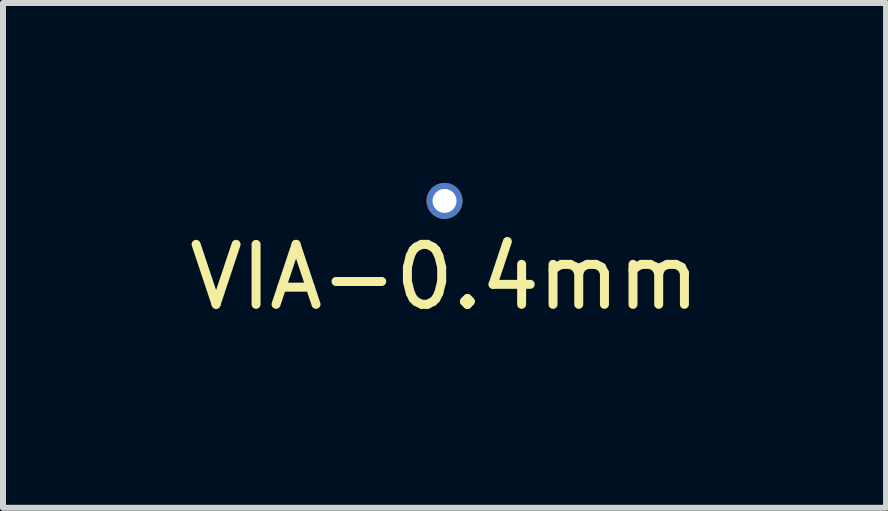
<source format=kicad_pcb>
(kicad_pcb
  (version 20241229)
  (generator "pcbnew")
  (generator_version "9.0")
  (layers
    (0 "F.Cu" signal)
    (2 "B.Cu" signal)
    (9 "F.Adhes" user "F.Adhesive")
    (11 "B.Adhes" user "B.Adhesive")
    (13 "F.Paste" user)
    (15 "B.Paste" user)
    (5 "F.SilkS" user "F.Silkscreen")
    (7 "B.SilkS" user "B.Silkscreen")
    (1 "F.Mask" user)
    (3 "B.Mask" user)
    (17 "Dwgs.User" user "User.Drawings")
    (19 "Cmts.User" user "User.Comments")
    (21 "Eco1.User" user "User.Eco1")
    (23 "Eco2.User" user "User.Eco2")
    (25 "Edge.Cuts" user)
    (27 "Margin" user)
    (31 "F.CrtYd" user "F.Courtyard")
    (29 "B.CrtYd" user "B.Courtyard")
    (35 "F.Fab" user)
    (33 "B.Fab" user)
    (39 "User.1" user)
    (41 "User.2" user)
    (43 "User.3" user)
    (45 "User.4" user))
  (footprint "VIA-0.4mm"
    (layer "F.Cu")
    (at 4.363 0.3)
    (property "Reference" "VIA-0.4mm" (at 0 1.27 0) (layer "F.SilkS") (effects (font (size 1 1) (thickness 0.15))))
    (attr through_hole)
    (pad "1" thru_hole circle (at 0 0) (size 0.6 0.6) (drill 0.4) (layers "*.Cu")))
  (gr_rect
    (start -3 -3)
    (end 11.726 5.418)
    (stroke (width 0.1) (type default))
    (fill no)
    (layer "Edge.Cuts")))
</source>
